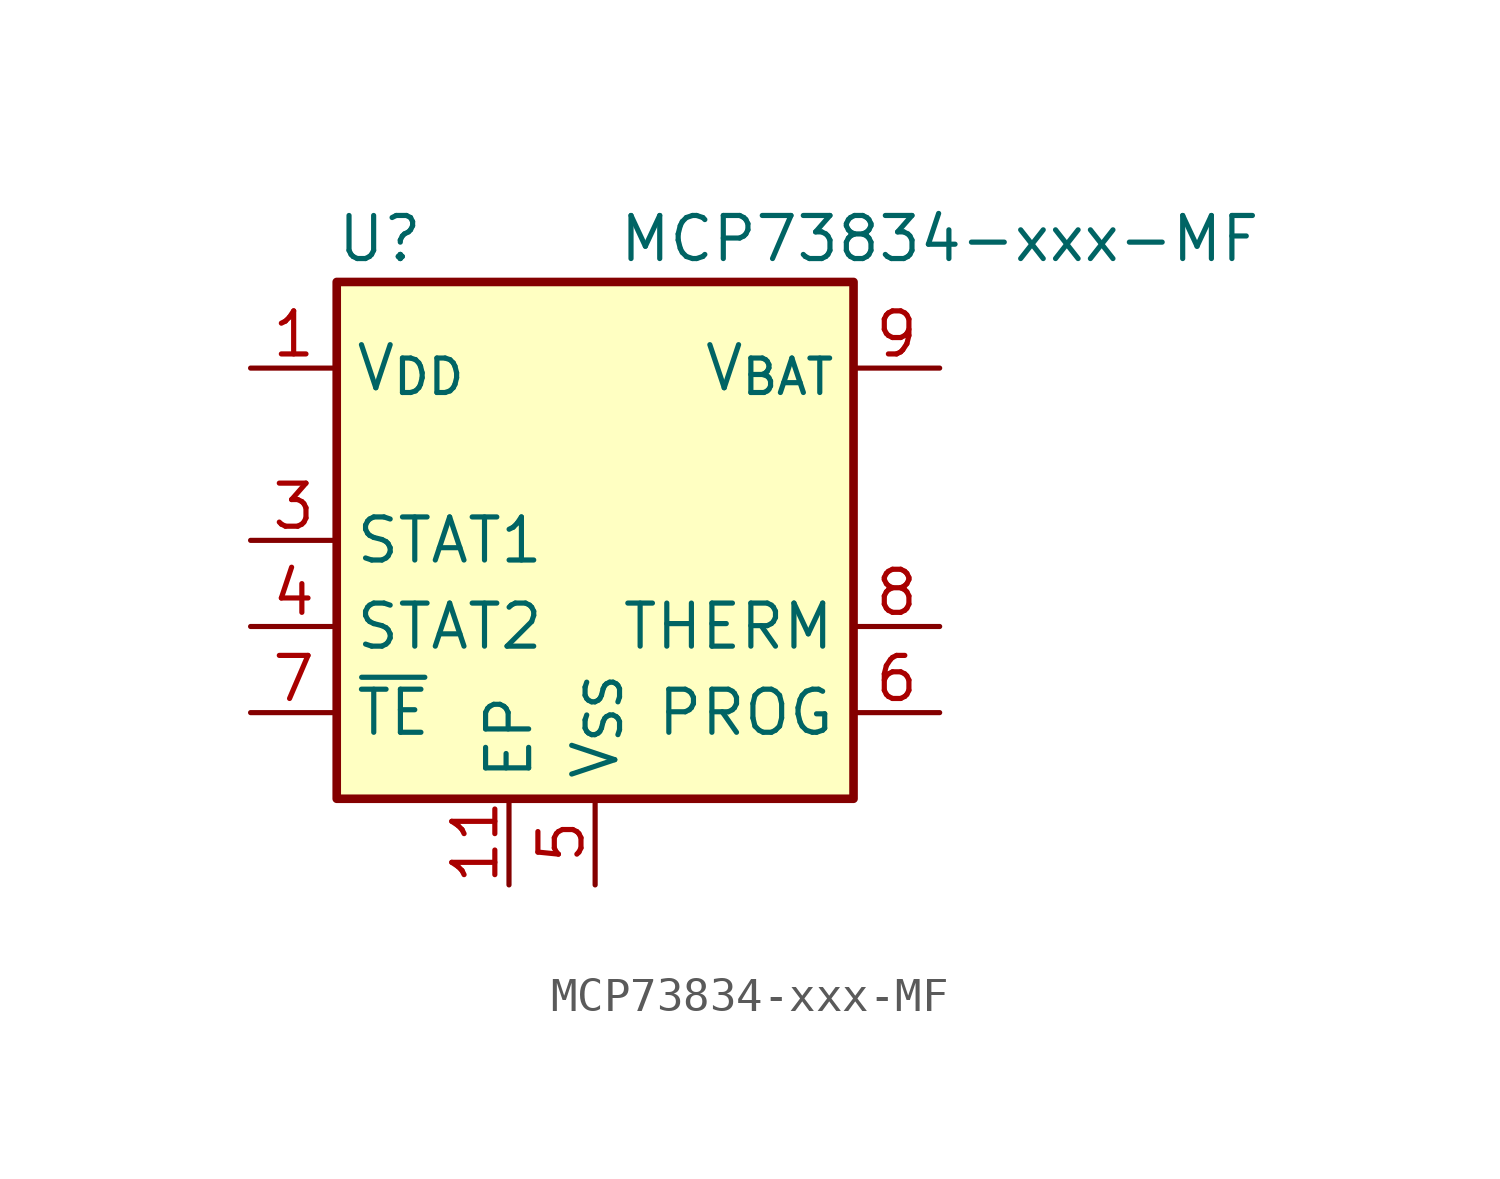
<source format=kicad_sym>
(kicad_symbol_lib
  (version 20231120)
  (generator "kicad_symbol_editor")
  (generator_version "8.0")
  (symbol "MCP73834-xxx-MF"
    (property "Reference" "U"
      (at -6.35 8.89 0)
      (effects (font (size 1.27 1.27))))
    (property "Value" "MCP73834-xxx-MF"
      (at 10.16 8.89 0)
      (effects (font (size 1.27 1.27))))
    (symbol "MCP73834-xxx-MF_1_1"
      (rectangle (start -7.62 7.62) (end 7.62 -7.62) (stroke (width 0.254) (type default)) (fill (type background)))
      (pin power_in line (at -10.16 5.08 0) (length 2.54) (name "V_{DD}" (effects (font (size 1.27 1.27)))) (number "1" (effects (font (size 1.27 1.27)))))
      (pin passive line (at 10.16 5.08 180) (length 2.54) hide (name "V_{BAT}" (effects (font (size 1.27 1.27)))) (number "10" (effects (font (size 1.27 1.27)))))
      (pin power_in line (at -2.54 -10.16 90) (length 2.54) (name "EP" (effects (font (size 1.27 1.27)))) (number "11" (effects (font (size 1.27 1.27)))))
      (pin passive line (at -10.16 5.08 0) (length 2.54) hide (name "V_{DD}" (effects (font (size 1.27 1.27)))) (number "2" (effects (font (size 1.27 1.27)))))
      (pin open_collector line (at -10.16 0 0) (length 2.54) (name "STAT1" (effects (font (size 1.27 1.27)))) (number "3" (effects (font (size 1.27 1.27)))))
      (pin open_collector line (at -10.16 -2.54 0) (length 2.54) (name "STAT2" (effects (font (size 1.27 1.27)))) (number "4" (effects (font (size 1.27 1.27)))))
      (pin power_in line (at 0 -10.16 90) (length 2.54) (name "V_{SS}" (effects (font (size 1.27 1.27)))) (number "5" (effects (font (size 1.27 1.27)))))
      (pin input line (at 10.16 -5.08 180) (length 2.54) (name "PROG" (effects (font (size 1.27 1.27)))) (number "6" (effects (font (size 1.27 1.27)))))
      (pin open_collector line (at -10.16 -5.08 0) (length 2.54) (name "~{TE}" (effects (font (size 1.27 1.27)))) (number "7" (effects (font (size 1.27 1.27)))))
      (pin passive line (at 10.16 -2.54 180) (length 2.54) (name "THERM" (effects (font (size 1.27 1.27)))) (number "8" (effects (font (size 1.27 1.27)))))
      (pin power_out line (at 10.16 5.08 180) (length 2.54) (name "V_{BAT}" (effects (font (size 1.27 1.27)))) (number "9" (effects (font (size 1.27 1.27))))))))
</source>
